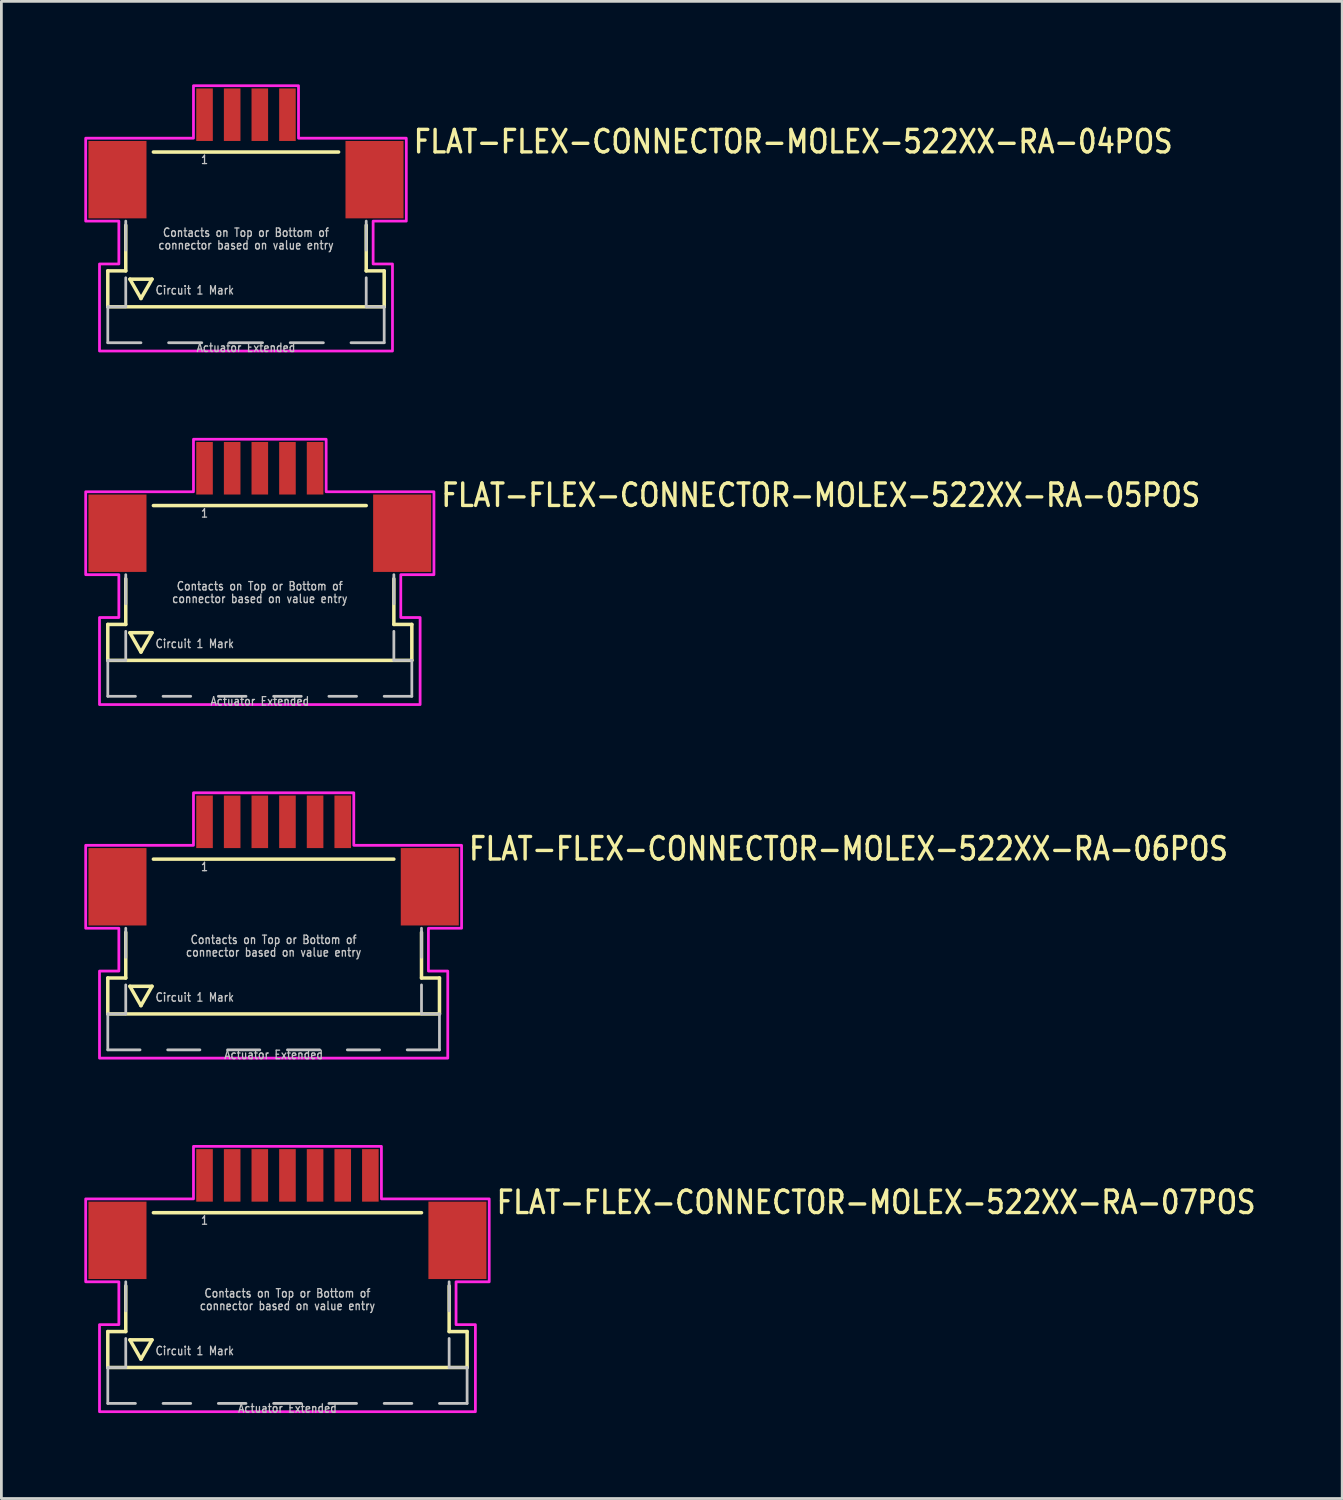
<source format=kicad_pcb>
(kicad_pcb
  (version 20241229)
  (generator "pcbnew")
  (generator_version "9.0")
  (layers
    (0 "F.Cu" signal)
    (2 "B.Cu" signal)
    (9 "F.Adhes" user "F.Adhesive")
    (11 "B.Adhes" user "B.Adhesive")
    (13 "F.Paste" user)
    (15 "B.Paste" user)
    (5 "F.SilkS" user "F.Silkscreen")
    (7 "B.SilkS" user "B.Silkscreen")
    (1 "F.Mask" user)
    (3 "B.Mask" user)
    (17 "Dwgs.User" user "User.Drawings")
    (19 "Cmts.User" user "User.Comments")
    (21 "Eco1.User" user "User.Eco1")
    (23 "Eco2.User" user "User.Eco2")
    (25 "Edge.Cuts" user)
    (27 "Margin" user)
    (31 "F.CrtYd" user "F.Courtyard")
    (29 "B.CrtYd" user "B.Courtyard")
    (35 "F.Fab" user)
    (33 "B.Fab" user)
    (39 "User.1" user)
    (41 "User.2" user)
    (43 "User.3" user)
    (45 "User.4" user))
  (footprint "FLAT-FLEX-CONNECTOR-MOLEX-522XX-RA-07POS"
    (layer "F.Cu")
    (at 7.35 40.426)
    (property "Reference" "FLAT-FLEX-CONNECTOR-MOLEX-522XX-RA-07POS" (at 7.5 0.5 0) (unlocked yes) (layer "F.SilkS") (effects (font (size 0.813 0.695) (thickness 0.122)) (justify left bottom)))
    (fp_line (start -6.5 4.7) (end -6.5 6) (stroke (width 0.127) (type solid)) (layer "F.SilkS"))
    (fp_line (start -6.5 6) (end 6.5 6) (stroke (width 0.127) (type solid)) (layer "F.SilkS"))
    (fp_line (start -5.85 3.05) (end -5.85 4.7) (stroke (width 0.127) (type solid)) (layer "F.SilkS"))
    (fp_line (start -5.85 4.7) (end -6.5 4.7) (stroke (width 0.127) (type solid)) (layer "F.SilkS"))
    (fp_line (start -5.7 5) (end -4.9 5) (stroke (width 0.127) (type solid)) (layer "F.SilkS"))
    (fp_line (start -5.3 5.7) (end -5.7 5) (stroke (width 0.127) (type solid)) (layer "F.SilkS"))
    (fp_line (start -4.9 5) (end -5.3 5.7) (stroke (width 0.127) (type solid)) (layer "F.SilkS"))
    (fp_line (start -4.85 0.4) (end 4.85 0.4) (stroke (width 0.127) (type solid)) (layer "F.SilkS"))
    (fp_line (start 5.85 3.05) (end 5.85 4.7) (stroke (width 0.127) (type solid)) (layer "F.SilkS"))
    (fp_line (start 6.5 4.7) (end 5.85 4.7) (stroke (width 0.127) (type solid)) (layer "F.SilkS"))
    (fp_line (start 6.5 6) (end 6.5 4.7) (stroke (width 0.127) (type solid)) (layer "F.SilkS"))
    (fp_line (start -6.5 6) (end -6.5 7.3) (stroke (width 0.1) (type solid)) (layer "Dwgs.User"))
    (fp_line (start -6.5 7.3) (end -5.5 7.3) (stroke (width 0.1) (type solid)) (layer "Dwgs.User"))
    (fp_line (start -5.85 2.9) (end -5.85 3.95) (stroke (width 0.1) (type solid)) (layer "Dwgs.User"))
    (fp_line (start -5.85 4.95) (end -5.85 6) (stroke (width 0.1) (type solid)) (layer "Dwgs.User"))
    (fp_line (start -5.85 6) (end -6.5 6) (stroke (width 0.1) (type solid)) (layer "Dwgs.User"))
    (fp_line (start -4.5 7.3) (end -3.5 7.3) (stroke (width 0.1) (type solid)) (layer "Dwgs.User"))
    (fp_line (start -2.5 7.3) (end -1.5 7.3) (stroke (width 0.1) (type solid)) (layer "Dwgs.User"))
    (fp_line (start -0.5 7.3) (end 0.5 7.3) (stroke (width 0.1) (type solid)) (layer "Dwgs.User"))
    (fp_line (start 1.5 7.3) (end 2.5 7.3) (stroke (width 0.1) (type solid)) (layer "Dwgs.User"))
    (fp_line (start 3.5 7.3) (end 4.5 7.3) (stroke (width 0.1) (type solid)) (layer "Dwgs.User"))
    (fp_line (start 5.5 7.3) (end 6.5 7.3) (stroke (width 0.1) (type solid)) (layer "Dwgs.User"))
    (fp_line (start 5.85 2.9) (end 5.85 3.95) (stroke (width 0.1) (type solid)) (layer "Dwgs.User"))
    (fp_line (start 5.85 4.95) (end 5.85 6) (stroke (width 0.1) (type solid)) (layer "Dwgs.User"))
    (fp_line (start 6.5 6) (end 5.85 6) (stroke (width 0.1) (type solid)) (layer "Dwgs.User"))
    (fp_line (start 6.5 7.3) (end 6.5 6) (stroke (width 0.1) (type solid)) (layer "Dwgs.User"))
    (fp_poly (pts (xy -7.3 2.9) (xy -7.3 -0.1) (xy -3.4 -0.1) (xy -3.4 -2) (xy 3.4 -2) (xy 3.4 -0.1) (xy 7.3 -0.1) (xy 7.3 2.9) (xy 6.1 2.9) (xy 6.1 4.45) (xy 6.8 4.45) (xy 6.8 7.6) (xy -6.8 7.6) (xy -6.8 4.45) (xy -6.1 4.45) (xy -6.1 2.9)) (stroke (width 0.1) (type solid)) (fill no) (layer "F.CrtYd"))
    (fp_text user "Actuator Extended" (at 0 7.3 0) (unlocked yes) (layer "Dwgs.User") (effects (font (size 0.305 0.261) (thickness 0.046)) (justify top)))
    (fp_text user "Contacts on Top or Bottom of" (at 0 3.493 0) (unlocked yes) (layer "Dwgs.User") (effects (font (size 0.305 0.261) (thickness 0.046)) (justify bottom)))
    (fp_text user "1" (at -3 0.5 0) (unlocked yes) (layer "Dwgs.User") (effects (font (size 0.305 0.261) (thickness 0.046)) (justify top)))
    (fp_text user "connector based on value entry" (at 0 3.95 0) (unlocked yes) (layer "Dwgs.User") (effects (font (size 0.305 0.261) (thickness 0.046)) (justify bottom)))
    (fp_text user "Circuit 1 Mark" (at -4.8 5.4 0) (unlocked yes) (layer "Dwgs.User") (effects (font (size 0.305 0.261) (thickness 0.046)) (justify left)))
    (pad "M1" smd rect (at -6.15 1.4) (size 2.1 2.8) (layers "F.Cu" "F.Mask" "F.Paste"))
    (pad "M2" smd rect (at 6.15 1.4) (size 2.1 2.8) (layers "F.Cu" "F.Mask" "F.Paste"))
    (pad "P$1" smd rect (at -3 -0.95) (size 0.6 1.9) (layers "F.Cu" "F.Mask" "F.Paste"))
    (pad "P$2" smd rect (at -2 -0.95) (size 0.6 1.9) (layers "F.Cu" "F.Mask" "F.Paste"))
    (pad "P$3" smd rect (at -1 -0.95) (size 0.6 1.9) (layers "F.Cu" "F.Mask" "F.Paste"))
    (pad "P$4" smd rect (at 0 -0.95) (size 0.6 1.9) (layers "F.Cu" "F.Mask" "F.Paste"))
    (pad "P$5" smd rect (at 1 -0.95) (size 0.6 1.9) (layers "F.Cu" "F.Mask" "F.Paste"))
    (pad "P$6" smd rect (at 2 -0.95) (size 0.6 1.9) (layers "F.Cu" "F.Mask" "F.Paste"))
    (pad "P$7" smd rect (at 3 -0.95) (size 0.6 1.9) (layers "F.Cu" "F.Mask" "F.Paste")))
  (footprint "FLAT-FLEX-CONNECTOR-MOLEX-522XX-RA-06POS"
    (layer "F.Cu")
    (at 6.85 27.634)
    (property "Reference" "FLAT-FLEX-CONNECTOR-MOLEX-522XX-RA-06POS" (at 7 0.5 0) (unlocked yes) (layer "F.SilkS") (effects (font (size 0.813 0.695) (thickness 0.122)) (justify left bottom)))
    (fp_line (start -6 4.7) (end -6 6) (stroke (width 0.127) (type solid)) (layer "F.SilkS"))
    (fp_line (start -6 6) (end 6 6) (stroke (width 0.127) (type solid)) (layer "F.SilkS"))
    (fp_line (start -5.35 3.05) (end -5.35 4.7) (stroke (width 0.127) (type solid)) (layer "F.SilkS"))
    (fp_line (start -5.35 4.7) (end -6 4.7) (stroke (width 0.127) (type solid)) (layer "F.SilkS"))
    (fp_line (start -5.2 5) (end -4.4 5) (stroke (width 0.127) (type solid)) (layer "F.SilkS"))
    (fp_line (start -4.8 5.7) (end -5.2 5) (stroke (width 0.127) (type solid)) (layer "F.SilkS"))
    (fp_line (start -4.4 5) (end -4.8 5.7) (stroke (width 0.127) (type solid)) (layer "F.SilkS"))
    (fp_line (start -4.35 0.4) (end 4.35 0.4) (stroke (width 0.127) (type solid)) (layer "F.SilkS"))
    (fp_line (start 5.35 3.05) (end 5.35 4.7) (stroke (width 0.127) (type solid)) (layer "F.SilkS"))
    (fp_line (start 6 4.7) (end 5.35 4.7) (stroke (width 0.127) (type solid)) (layer "F.SilkS"))
    (fp_line (start 6 6) (end 6 4.7) (stroke (width 0.127) (type solid)) (layer "F.SilkS"))
    (fp_line (start -6 6) (end -6 7.3) (stroke (width 0.1) (type solid)) (layer "Dwgs.User"))
    (fp_line (start -6 7.3) (end -4.833 7.3) (stroke (width 0.1) (type solid)) (layer "Dwgs.User"))
    (fp_line (start -5.35 2.9) (end -5.35 3.95) (stroke (width 0.1) (type solid)) (layer "Dwgs.User"))
    (fp_line (start -5.35 4.95) (end -5.35 6) (stroke (width 0.1) (type solid)) (layer "Dwgs.User"))
    (fp_line (start -5.35 6) (end -6 6) (stroke (width 0.1) (type solid)) (layer "Dwgs.User"))
    (fp_line (start -3.833 7.3) (end -2.667 7.3) (stroke (width 0.1) (type solid)) (layer "Dwgs.User"))
    (fp_line (start -1.667 7.3) (end -0.5 7.3) (stroke (width 0.1) (type solid)) (layer "Dwgs.User"))
    (fp_line (start 0.5 7.3) (end 1.667 7.3) (stroke (width 0.1) (type solid)) (layer "Dwgs.User"))
    (fp_line (start 2.667 7.3) (end 3.833 7.3) (stroke (width 0.1) (type solid)) (layer "Dwgs.User"))
    (fp_line (start 4.833 7.3) (end 6 7.3) (stroke (width 0.1) (type solid)) (layer "Dwgs.User"))
    (fp_line (start 5.35 2.9) (end 5.35 3.95) (stroke (width 0.1) (type solid)) (layer "Dwgs.User"))
    (fp_line (start 5.35 4.95) (end 5.35 6) (stroke (width 0.1) (type solid)) (layer "Dwgs.User"))
    (fp_line (start 6 6) (end 5.35 6) (stroke (width 0.1) (type solid)) (layer "Dwgs.User"))
    (fp_line (start 6 7.3) (end 6 6) (stroke (width 0.1) (type solid)) (layer "Dwgs.User"))
    (fp_poly (pts (xy -6.8 2.9) (xy -6.8 -0.1) (xy -2.9 -0.1) (xy -2.9 -2) (xy 2.9 -2) (xy 2.9 -0.1) (xy 6.8 -0.1) (xy 6.8 2.9) (xy 5.6 2.9) (xy 5.6 4.45) (xy 6.3 4.45) (xy 6.3 7.6) (xy -6.3 7.6) (xy -6.3 4.45) (xy -5.6 4.45) (xy -5.6 2.9)) (stroke (width 0.1) (type solid)) (fill no) (layer "F.CrtYd"))
    (fp_text user "Contacts on Top or Bottom of" (at 0 3.493 0) (unlocked yes) (layer "Dwgs.User") (effects (font (size 0.305 0.261) (thickness 0.046)) (justify bottom)))
    (fp_text user "1" (at -2.5 0.5 0) (unlocked yes) (layer "Dwgs.User") (effects (font (size 0.305 0.261) (thickness 0.046)) (justify top)))
    (fp_text user "connector based on value entry" (at 0 3.95 0) (unlocked yes) (layer "Dwgs.User") (effects (font (size 0.305 0.261) (thickness 0.046)) (justify bottom)))
    (fp_text user "Actuator Extended" (at 0 7.3 0) (unlocked yes) (layer "Dwgs.User") (effects (font (size 0.305 0.261) (thickness 0.046)) (justify top)))
    (fp_text user "Circuit 1 Mark" (at -4.3 5.4 0) (unlocked yes) (layer "Dwgs.User") (effects (font (size 0.305 0.261) (thickness 0.046)) (justify left)))
    (pad "M1" smd rect (at -5.65 1.4) (size 2.1 2.8) (layers "F.Cu" "F.Mask" "F.Paste"))
    (pad "M2" smd rect (at 5.65 1.4) (size 2.1 2.8) (layers "F.Cu" "F.Mask" "F.Paste"))
    (pad "P$1" smd rect (at -2.5 -0.95) (size 0.6 1.9) (layers "F.Cu" "F.Mask" "F.Paste"))
    (pad "P$2" smd rect (at -1.5 -0.95) (size 0.6 1.9) (layers "F.Cu" "F.Mask" "F.Paste"))
    (pad "P$3" smd rect (at -0.5 -0.95) (size 0.6 1.9) (layers "F.Cu" "F.Mask" "F.Paste"))
    (pad "P$4" smd rect (at 0.5 -0.95) (size 0.6 1.9) (layers "F.Cu" "F.Mask" "F.Paste"))
    (pad "P$5" smd rect (at 1.5 -0.95) (size 0.6 1.9) (layers "F.Cu" "F.Mask" "F.Paste"))
    (pad "P$6" smd rect (at 2.5 -0.95) (size 0.6 1.9) (layers "F.Cu" "F.Mask" "F.Paste")))
  (footprint "FLAT-FLEX-CONNECTOR-MOLEX-522XX-RA-04POS"
    (layer "F.Cu")
    (at 5.85 2.05)
    (property "Reference" "FLAT-FLEX-CONNECTOR-MOLEX-522XX-RA-04POS" (at 6 0.5 0) (unlocked yes) (layer "F.SilkS") (effects (font (size 0.813 0.695) (thickness 0.122)) (justify left bottom)))
    (fp_line (start -5 4.7) (end -5 6) (stroke (width 0.127) (type solid)) (layer "F.SilkS"))
    (fp_line (start -5 6) (end 5 6) (stroke (width 0.127) (type solid)) (layer "F.SilkS"))
    (fp_line (start -4.35 3.05) (end -4.35 4.7) (stroke (width 0.127) (type solid)) (layer "F.SilkS"))
    (fp_line (start -4.35 4.7) (end -5 4.7) (stroke (width 0.127) (type solid)) (layer "F.SilkS"))
    (fp_line (start -4.2 5) (end -3.4 5) (stroke (width 0.127) (type solid)) (layer "F.SilkS"))
    (fp_line (start -3.8 5.7) (end -4.2 5) (stroke (width 0.127) (type solid)) (layer "F.SilkS"))
    (fp_line (start -3.4 5) (end -3.8 5.7) (stroke (width 0.127) (type solid)) (layer "F.SilkS"))
    (fp_line (start -3.35 0.4) (end 3.35 0.4) (stroke (width 0.127) (type solid)) (layer "F.SilkS"))
    (fp_line (start 4.35 3.05) (end 4.35 4.7) (stroke (width 0.127) (type solid)) (layer "F.SilkS"))
    (fp_line (start 5 4.7) (end 4.35 4.7) (stroke (width 0.127) (type solid)) (layer "F.SilkS"))
    (fp_line (start 5 6) (end 5 4.7) (stroke (width 0.127) (type solid)) (layer "F.SilkS"))
    (fp_line (start -5 6) (end -5 7.3) (stroke (width 0.1) (type solid)) (layer "Dwgs.User"))
    (fp_line (start -5 7.3) (end -3.8 7.3) (stroke (width 0.1) (type solid)) (layer "Dwgs.User"))
    (fp_line (start -4.35 2.9) (end -4.35 3.95) (stroke (width 0.1) (type solid)) (layer "Dwgs.User"))
    (fp_line (start -4.35 4.95) (end -4.35 6) (stroke (width 0.1) (type solid)) (layer "Dwgs.User"))
    (fp_line (start -4.35 6) (end -5 6) (stroke (width 0.1) (type solid)) (layer "Dwgs.User"))
    (fp_line (start -2.8 7.3) (end -1.6 7.3) (stroke (width 0.1) (type solid)) (layer "Dwgs.User"))
    (fp_line (start -0.6 7.3) (end 0.6 7.3) (stroke (width 0.1) (type solid)) (layer "Dwgs.User"))
    (fp_line (start 1.6 7.3) (end 2.8 7.3) (stroke (width 0.1) (type solid)) (layer "Dwgs.User"))
    (fp_line (start 3.8 7.3) (end 5 7.3) (stroke (width 0.1) (type solid)) (layer "Dwgs.User"))
    (fp_line (start 4.35 2.9) (end 4.35 3.95) (stroke (width 0.1) (type solid)) (layer "Dwgs.User"))
    (fp_line (start 4.35 4.95) (end 4.35 6) (stroke (width 0.1) (type solid)) (layer "Dwgs.User"))
    (fp_line (start 5 6) (end 4.35 6) (stroke (width 0.1) (type solid)) (layer "Dwgs.User"))
    (fp_line (start 5 7.3) (end 5 6) (stroke (width 0.1) (type solid)) (layer "Dwgs.User"))
    (fp_poly (pts (xy -5.8 2.9) (xy -5.8 -0.1) (xy -1.9 -0.1) (xy -1.9 -2) (xy 1.9 -2) (xy 1.9 -0.1) (xy 5.8 -0.1) (xy 5.8 2.9) (xy 4.6 2.9) (xy 4.6 4.45) (xy 5.3 4.45) (xy 5.3 7.6) (xy -5.3 7.6) (xy -5.3 4.45) (xy -4.6 4.45) (xy -4.6 2.9)) (stroke (width 0.1) (type solid)) (fill no) (layer "F.CrtYd"))
    (fp_text user "1" (at -1.5 0.5 0) (unlocked yes) (layer "Dwgs.User") (effects (font (size 0.305 0.261) (thickness 0.046)) (justify top)))
    (fp_text user "Circuit 1 Mark" (at -3.3 5.4 0) (unlocked yes) (layer "Dwgs.User") (effects (font (size 0.305 0.261) (thickness 0.046)) (justify left)))
    (fp_text user "Contacts on Top or Bottom of" (at 0 3.493 0) (unlocked yes) (layer "Dwgs.User") (effects (font (size 0.305 0.261) (thickness 0.046)) (justify bottom)))
    (fp_text user "connector based on value entry" (at 0 3.95 0) (unlocked yes) (layer "Dwgs.User") (effects (font (size 0.305 0.261) (thickness 0.046)) (justify bottom)))
    (fp_text user "Actuator Extended" (at 0 7.3 0) (unlocked yes) (layer "Dwgs.User") (effects (font (size 0.305 0.261) (thickness 0.046)) (justify top)))
    (pad "M1" smd rect (at -4.65 1.4) (size 2.1 2.8) (layers "F.Cu" "F.Mask" "F.Paste"))
    (pad "M2" smd rect (at 4.65 1.4) (size 2.1 2.8) (layers "F.Cu" "F.Mask" "F.Paste"))
    (pad "P$1" smd rect (at -1.5 -0.95) (size 0.6 1.9) (layers "F.Cu" "F.Mask" "F.Paste"))
    (pad "P$2" smd rect (at -0.5 -0.95) (size 0.6 1.9) (layers "F.Cu" "F.Mask" "F.Paste"))
    (pad "P$3" smd rect (at 0.5 -0.95) (size 0.6 1.9) (layers "F.Cu" "F.Mask" "F.Paste"))
    (pad "P$4" smd rect (at 1.5 -0.95) (size 0.6 1.9) (layers "F.Cu" "F.Mask" "F.Paste")))
  (footprint "FLAT-FLEX-CONNECTOR-MOLEX-522XX-RA-05POS"
    (layer "F.Cu")
    (at 6.35 14.842)
    (property "Reference" "FLAT-FLEX-CONNECTOR-MOLEX-522XX-RA-05POS" (at 6.5 0.5 0) (unlocked yes) (layer "F.SilkS") (effects (font (size 0.813 0.695) (thickness 0.122)) (justify left bottom)))
    (fp_line (start -5.5 4.7) (end -5.5 6) (stroke (width 0.127) (type solid)) (layer "F.SilkS"))
    (fp_line (start -5.5 6) (end 5.5 6) (stroke (width 0.127) (type solid)) (layer "F.SilkS"))
    (fp_line (start -4.85 3.05) (end -4.85 4.7) (stroke (width 0.127) (type solid)) (layer "F.SilkS"))
    (fp_line (start -4.85 4.7) (end -5.5 4.7) (stroke (width 0.127) (type solid)) (layer "F.SilkS"))
    (fp_line (start -4.7 5) (end -3.9 5) (stroke (width 0.127) (type solid)) (layer "F.SilkS"))
    (fp_line (start -4.3 5.7) (end -4.7 5) (stroke (width 0.127) (type solid)) (layer "F.SilkS"))
    (fp_line (start -3.9 5) (end -4.3 5.7) (stroke (width 0.127) (type solid)) (layer "F.SilkS"))
    (fp_line (start -3.85 0.4) (end 3.85 0.4) (stroke (width 0.127) (type solid)) (layer "F.SilkS"))
    (fp_line (start 4.85 3.05) (end 4.85 4.7) (stroke (width 0.127) (type solid)) (layer "F.SilkS"))
    (fp_line (start 5.5 4.7) (end 4.85 4.7) (stroke (width 0.127) (type solid)) (layer "F.SilkS"))
    (fp_line (start 5.5 6) (end 5.5 4.7) (stroke (width 0.127) (type solid)) (layer "F.SilkS"))
    (fp_line (start -5.5 6) (end -5.5 7.3) (stroke (width 0.1) (type solid)) (layer "Dwgs.User"))
    (fp_line (start -5.5 7.3) (end -4.5 7.3) (stroke (width 0.1) (type solid)) (layer "Dwgs.User"))
    (fp_line (start -4.85 2.9) (end -4.85 3.95) (stroke (width 0.1) (type solid)) (layer "Dwgs.User"))
    (fp_line (start -4.85 4.95) (end -4.85 6) (stroke (width 0.1) (type solid)) (layer "Dwgs.User"))
    (fp_line (start -4.85 6) (end -5.5 6) (stroke (width 0.1) (type solid)) (layer "Dwgs.User"))
    (fp_line (start -3.5 7.3) (end -2.5 7.3) (stroke (width 0.1) (type solid)) (layer "Dwgs.User"))
    (fp_line (start -1.5 7.3) (end -0.5 7.3) (stroke (width 0.1) (type solid)) (layer "Dwgs.User"))
    (fp_line (start 0.5 7.3) (end 1.5 7.3) (stroke (width 0.1) (type solid)) (layer "Dwgs.User"))
    (fp_line (start 2.5 7.3) (end 3.5 7.3) (stroke (width 0.1) (type solid)) (layer "Dwgs.User"))
    (fp_line (start 4.5 7.3) (end 5.5 7.3) (stroke (width 0.1) (type solid)) (layer "Dwgs.User"))
    (fp_line (start 4.85 2.9) (end 4.85 3.95) (stroke (width 0.1) (type solid)) (layer "Dwgs.User"))
    (fp_line (start 4.85 4.95) (end 4.85 6) (stroke (width 0.1) (type solid)) (layer "Dwgs.User"))
    (fp_line (start 5.5 6) (end 4.85 6) (stroke (width 0.1) (type solid)) (layer "Dwgs.User"))
    (fp_line (start 5.5 7.3) (end 5.5 6) (stroke (width 0.1) (type solid)) (layer "Dwgs.User"))
    (fp_poly (pts (xy -6.3 2.9) (xy -6.3 -0.1) (xy -2.4 -0.1) (xy -2.4 -2) (xy 2.4 -2) (xy 2.4 -0.1) (xy 6.3 -0.1) (xy 6.3 2.9) (xy 5.1 2.9) (xy 5.1 4.45) (xy 5.8 4.45) (xy 5.8 7.6) (xy -5.8 7.6) (xy -5.8 4.45) (xy -5.1 4.45) (xy -5.1 2.9)) (stroke (width 0.1) (type solid)) (fill no) (layer "F.CrtYd"))
    (fp_text user "connector based on value entry" (at 0 3.95 0) (unlocked yes) (layer "Dwgs.User") (effects (font (size 0.305 0.261) (thickness 0.046)) (justify bottom)))
    (fp_text user "Circuit 1 Mark" (at -3.8 5.4 0) (unlocked yes) (layer "Dwgs.User") (effects (font (size 0.305 0.261) (thickness 0.046)) (justify left)))
    (fp_text user "Contacts on Top or Bottom of" (at 0 3.493 0) (unlocked yes) (layer "Dwgs.User") (effects (font (size 0.305 0.261) (thickness 0.046)) (justify bottom)))
    (fp_text user "1" (at -2 0.5 0) (unlocked yes) (layer "Dwgs.User") (effects (font (size 0.305 0.261) (thickness 0.046)) (justify top)))
    (fp_text user "Actuator Extended" (at 0 7.3 0) (unlocked yes) (layer "Dwgs.User") (effects (font (size 0.305 0.261) (thickness 0.046)) (justify top)))
    (pad "M1" smd rect (at -5.15 1.4) (size 2.1 2.8) (layers "F.Cu" "F.Mask" "F.Paste"))
    (pad "M2" smd rect (at 5.15 1.4) (size 2.1 2.8) (layers "F.Cu" "F.Mask" "F.Paste"))
    (pad "P$1" smd rect (at -2 -0.95) (size 0.6 1.9) (layers "F.Cu" "F.Mask" "F.Paste"))
    (pad "P$2" smd rect (at -1 -0.95) (size 0.6 1.9) (layers "F.Cu" "F.Mask" "F.Paste"))
    (pad "P$3" smd rect (at 0 -0.95) (size 0.6 1.9) (layers "F.Cu" "F.Mask" "F.Paste"))
    (pad "P$4" smd rect (at 1 -0.95) (size 0.6 1.9) (layers "F.Cu" "F.Mask" "F.Paste"))
    (pad "P$5" smd rect (at 2 -0.95) (size 0.6 1.9) (layers "F.Cu" "F.Mask" "F.Paste")))
  (gr_rect
    (start -3 -3)
    (end 45.511 51.168)
    (stroke (width 0.1) (type default))
    (fill no)
    (layer "Edge.Cuts")))
</source>
